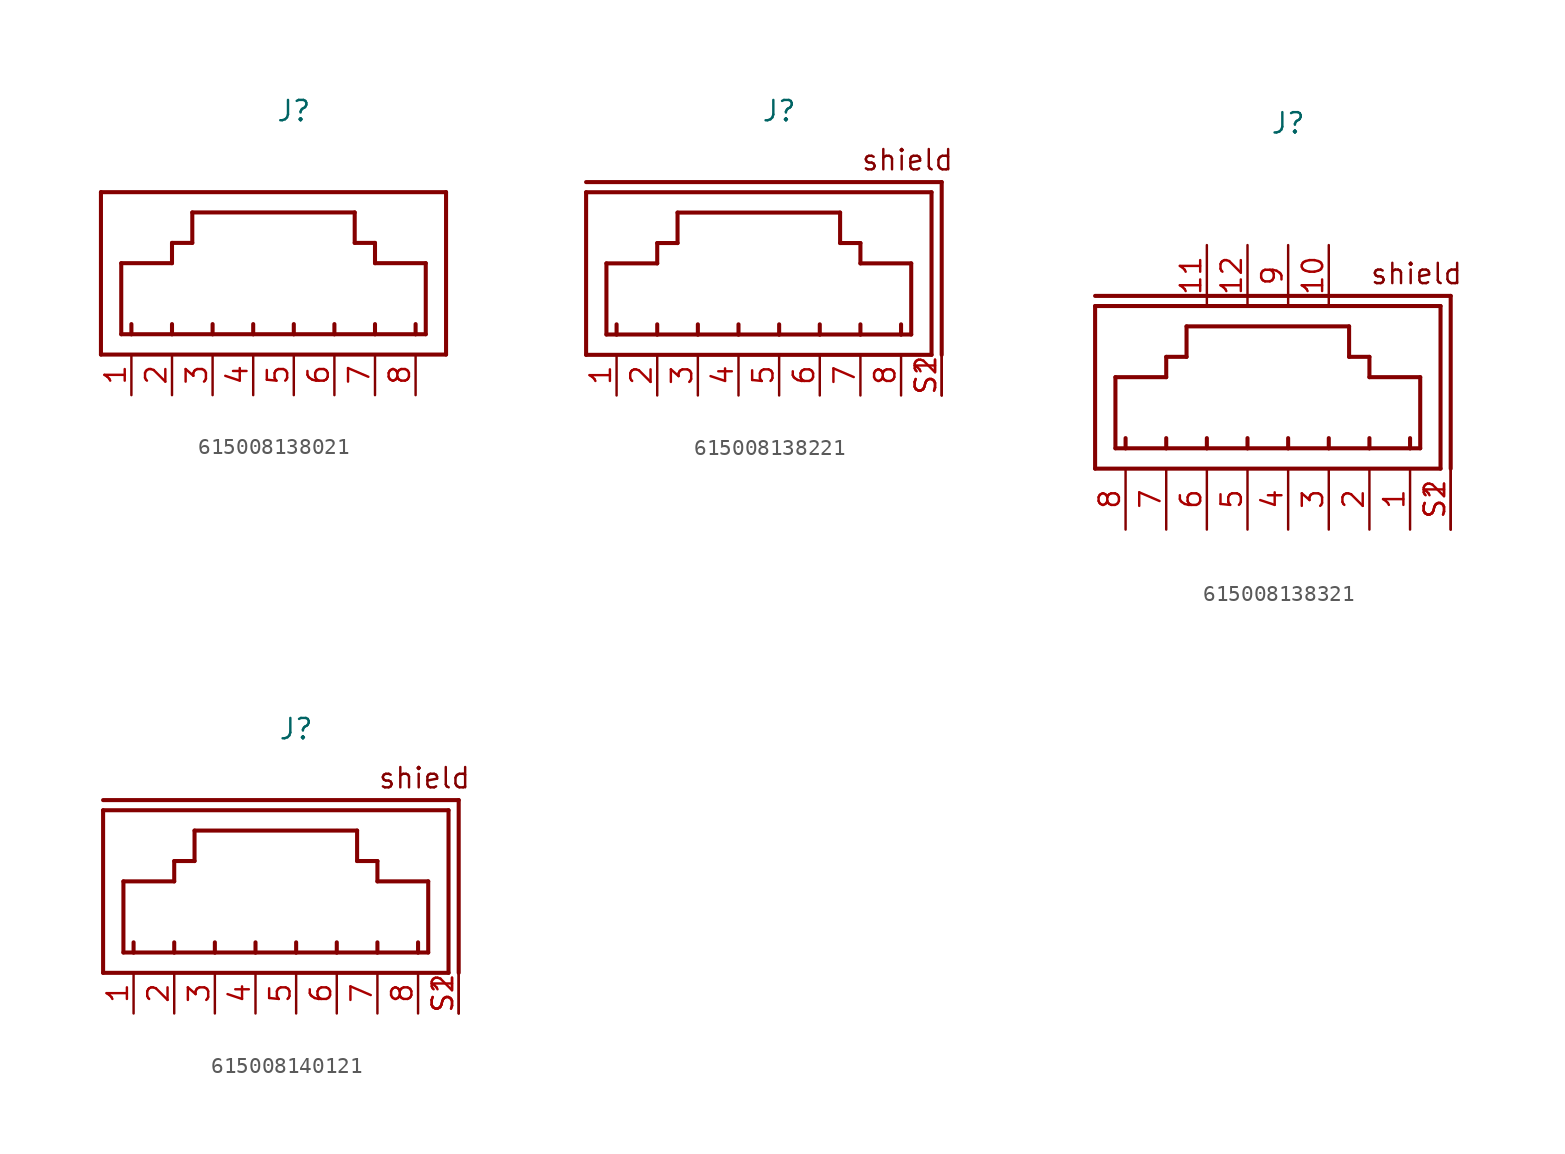
<source format=kicad_sym>
(kicad_symbol_lib
  (version 20241209)
  (generator "kicad_symbol_editor")
  (generator_version "9.0")
  (symbol "615008138021"
    (pin_names
      (hide yes))
    (property "Reference" "J"
      (at 0 10.16 0)
      (effects (font (size 1.27 1.27))))
    (symbol "615008138021_1_0"
      (polyline (pts (xy -12.065 5.08) (xy 9.525 5.08)) (stroke (width 0.254) (type solid)) (fill (type none)))
      (polyline (pts (xy -12.065 -5.08) (xy -12.065 5.08)) (stroke (width 0.254) (type solid)) (fill (type none)))
      (polyline (pts (xy -10.795 0.635) (xy -7.62 0.635)) (stroke (width 0.254) (type solid)) (fill (type none)))
      (polyline (pts (xy -10.795 -3.81) (xy -10.795 0.635)) (stroke (width 0.254) (type solid)) (fill (type none)))
      (polyline (pts (xy -10.16 -3.81) (xy -10.795 -3.81)) (stroke (width 0.254) (type solid)) (fill (type none)))
      (polyline (pts (xy -10.16 -3.81) (xy -10.16 -3.175)) (stroke (width 0.254) (type solid)) (fill (type none)))
      (polyline (pts (xy -7.62 1.905) (xy -6.35 1.905)) (stroke (width 0.254) (type solid)) (fill (type none)))
      (polyline (pts (xy -7.62 0.635) (xy -7.62 1.905)) (stroke (width 0.254) (type solid)) (fill (type none)))
      (polyline (pts (xy -7.62 -3.81) (xy -10.16 -3.81)) (stroke (width 0.254) (type solid)) (fill (type none)))
      (polyline (pts (xy -7.62 -3.81) (xy -7.62 -3.175)) (stroke (width 0.254) (type solid)) (fill (type none)))
      (polyline (pts (xy -6.35 3.81) (xy 3.81 3.81)) (stroke (width 0.254) (type solid)) (fill (type none)))
      (polyline (pts (xy -6.35 1.905) (xy -6.35 3.81)) (stroke (width 0.254) (type solid)) (fill (type none)))
      (polyline (pts (xy -5.08 -3.81) (xy -7.62 -3.81)) (stroke (width 0.254) (type solid)) (fill (type none)))
      (polyline (pts (xy -5.08 -3.81) (xy -5.08 -3.175)) (stroke (width 0.254) (type solid)) (fill (type none)))
      (polyline (pts (xy -2.54 -3.81) (xy -5.08 -3.81)) (stroke (width 0.254) (type solid)) (fill (type none)))
      (polyline (pts (xy -2.54 -3.81) (xy -2.54 -3.175)) (stroke (width 0.254) (type solid)) (fill (type none)))
      (polyline (pts (xy 0 -3.81) (xy -2.54 -3.81)) (stroke (width 0.254) (type solid)) (fill (type none)))
      (polyline (pts (xy 0 -3.81) (xy 0 -3.175)) (stroke (width 0.254) (type solid)) (fill (type none)))
      (polyline (pts (xy 2.54 -3.175) (xy 2.54 -3.81)) (stroke (width 0.254) (type solid)) (fill (type none)))
      (polyline (pts (xy 2.54 -3.81) (xy 0 -3.81)) (stroke (width 0.254) (type solid)) (fill (type none)))
      (polyline (pts (xy 3.81 1.905) (xy 3.81 3.81)) (stroke (width 0.254) (type solid)) (fill (type none)))
      (polyline (pts (xy 5.08 1.905) (xy 3.81 1.905)) (stroke (width 0.254) (type solid)) (fill (type none)))
      (polyline (pts (xy 5.08 0.635) (xy 5.08 1.905)) (stroke (width 0.254) (type solid)) (fill (type none)))
      (polyline (pts (xy 5.08 -3.175) (xy 5.08 -3.81)) (stroke (width 0.254) (type solid)) (fill (type none)))
      (polyline (pts (xy 5.08 -3.81) (xy 2.54 -3.81)) (stroke (width 0.254) (type solid)) (fill (type none)))
      (polyline (pts (xy 7.62 -3.175) (xy 7.62 -3.81)) (stroke (width 0.254) (type solid)) (fill (type none)))
      (polyline (pts (xy 7.62 -3.81) (xy 5.08 -3.81)) (stroke (width 0.254) (type solid)) (fill (type none)))
      (polyline (pts (xy 8.255 0.635) (xy 5.08 0.635)) (stroke (width 0.254) (type solid)) (fill (type none)))
      (polyline (pts (xy 8.255 0.635) (xy 8.255 -3.81)) (stroke (width 0.254) (type solid)) (fill (type none)))
      (polyline (pts (xy 8.255 -3.81) (xy 7.62 -3.81)) (stroke (width 0.254) (type solid)) (fill (type none)))
      (polyline (pts (xy 9.525 5.08) (xy 9.525 -5.08)) (stroke (width 0.254) (type solid)) (fill (type none)))
      (polyline (pts (xy 9.525 -5.08) (xy -12.065 -5.08)) (stroke (width 0.254) (type solid)) (fill (type none)))
      (pin passive line (at -10.16 -7.62 90) (length 2.54) (name "1" (effects (font (size 1.27 1.27)))) (number "1" (effects (font (size 1.27 1.27)))))
      (pin passive line (at -7.62 -7.62 90) (length 2.54) (name "2" (effects (font (size 1.27 1.27)))) (number "2" (effects (font (size 1.27 1.27)))))
      (pin passive line (at -5.08 -7.62 90) (length 2.54) (name "3" (effects (font (size 1.27 1.27)))) (number "3" (effects (font (size 1.27 1.27)))))
      (pin passive line (at -2.54 -7.62 90) (length 2.54) (name "4" (effects (font (size 1.27 1.27)))) (number "4" (effects (font (size 1.27 1.27)))))
      (pin passive line (at 0 -7.62 90) (length 2.54) (name "5" (effects (font (size 1.27 1.27)))) (number "5" (effects (font (size 1.27 1.27)))))
      (pin passive line (at 2.54 -7.62 90) (length 2.54) (name "6" (effects (font (size 1.27 1.27)))) (number "6" (effects (font (size 1.27 1.27)))))
      (pin passive line (at 5.08 -7.62 90) (length 2.54) (name "7" (effects (font (size 1.27 1.27)))) (number "7" (effects (font (size 1.27 1.27)))))
      (pin passive line (at 7.62 -7.62 90) (length 2.54) (name "8" (effects (font (size 1.27 1.27)))) (number "8" (effects (font (size 1.27 1.27)))))))
  (symbol "615008138221"
    (pin_names
      (hide yes))
    (property "Reference" "J"
      (at 0 10.16 0)
      (effects (font (size 1.27 1.27))))
    (symbol "615008138221_1_0"
      (polyline (pts (xy -12.065 5.715) (xy 10.16 5.715)) (stroke (width 0.254) (type solid)) (fill (type none)))
      (polyline (pts (xy -12.065 5.08) (xy 9.525 5.08)) (stroke (width 0.254) (type solid)) (fill (type none)))
      (polyline (pts (xy -12.065 -5.08) (xy -12.065 5.08)) (stroke (width 0.254) (type solid)) (fill (type none)))
      (polyline (pts (xy -10.795 0.635) (xy -7.62 0.635)) (stroke (width 0.254) (type solid)) (fill (type none)))
      (polyline (pts (xy -10.795 -3.81) (xy -10.795 0.635)) (stroke (width 0.254) (type solid)) (fill (type none)))
      (polyline (pts (xy -10.16 -3.81) (xy -10.795 -3.81)) (stroke (width 0.254) (type solid)) (fill (type none)))
      (polyline (pts (xy -10.16 -3.81) (xy -10.16 -3.175)) (stroke (width 0.254) (type solid)) (fill (type none)))
      (polyline (pts (xy -7.62 1.905) (xy -6.35 1.905)) (stroke (width 0.254) (type solid)) (fill (type none)))
      (polyline (pts (xy -7.62 0.635) (xy -7.62 1.905)) (stroke (width 0.254) (type solid)) (fill (type none)))
      (polyline (pts (xy -7.62 -3.81) (xy -10.16 -3.81)) (stroke (width 0.254) (type solid)) (fill (type none)))
      (polyline (pts (xy -7.62 -3.81) (xy -7.62 -3.175)) (stroke (width 0.254) (type solid)) (fill (type none)))
      (polyline (pts (xy -6.35 3.81) (xy 3.81 3.81)) (stroke (width 0.254) (type solid)) (fill (type none)))
      (polyline (pts (xy -6.35 1.905) (xy -6.35 3.81)) (stroke (width 0.254) (type solid)) (fill (type none)))
      (polyline (pts (xy -5.08 -3.81) (xy -7.62 -3.81)) (stroke (width 0.254) (type solid)) (fill (type none)))
      (polyline (pts (xy -5.08 -3.81) (xy -5.08 -3.175)) (stroke (width 0.254) (type solid)) (fill (type none)))
      (polyline (pts (xy -2.54 -3.81) (xy -5.08 -3.81)) (stroke (width 0.254) (type solid)) (fill (type none)))
      (polyline (pts (xy -2.54 -3.81) (xy -2.54 -3.175)) (stroke (width 0.254) (type solid)) (fill (type none)))
      (polyline (pts (xy 0 -3.81) (xy -2.54 -3.81)) (stroke (width 0.254) (type solid)) (fill (type none)))
      (polyline (pts (xy 0 -3.81) (xy 0 -3.175)) (stroke (width 0.254) (type solid)) (fill (type none)))
      (polyline (pts (xy 2.54 -3.81) (xy 0 -3.81)) (stroke (width 0.254) (type solid)) (fill (type none)))
      (polyline (pts (xy 2.54 -3.81) (xy 2.54 -3.175)) (stroke (width 0.254) (type solid)) (fill (type none)))
      (polyline (pts (xy 3.81 1.905) (xy 3.81 3.81)) (stroke (width 0.254) (type solid)) (fill (type none)))
      (polyline (pts (xy 5.08 1.905) (xy 3.81 1.905)) (stroke (width 0.254) (type solid)) (fill (type none)))
      (polyline (pts (xy 5.08 0.635) (xy 5.08 1.905)) (stroke (width 0.254) (type solid)) (fill (type none)))
      (polyline (pts (xy 5.08 -3.81) (xy 2.54 -3.81)) (stroke (width 0.254) (type solid)) (fill (type none)))
      (polyline (pts (xy 5.08 -3.81) (xy 5.08 -3.175)) (stroke (width 0.254) (type solid)) (fill (type none)))
      (polyline (pts (xy 7.62 -3.81) (xy 5.08 -3.81)) (stroke (width 0.254) (type solid)) (fill (type none)))
      (polyline (pts (xy 7.62 -3.81) (xy 7.62 -3.175)) (stroke (width 0.254) (type solid)) (fill (type none)))
      (polyline (pts (xy 8.255 0.635) (xy 5.08 0.635)) (stroke (width 0.254) (type solid)) (fill (type none)))
      (polyline (pts (xy 8.255 0.635) (xy 8.255 -3.81)) (stroke (width 0.254) (type solid)) (fill (type none)))
      (polyline (pts (xy 8.255 -3.81) (xy 7.62 -3.81)) (stroke (width 0.254) (type solid)) (fill (type none)))
      (polyline (pts (xy 9.525 5.08) (xy 9.525 -5.08)) (stroke (width 0.254) (type solid)) (fill (type none)))
      (polyline (pts (xy 9.525 -5.08) (xy -12.065 -5.08)) (stroke (width 0.254) (type solid)) (fill (type none)))
      (polyline (pts (xy 10.16 5.715) (xy 10.16 -5.08)) (stroke (width 0.254) (type solid)) (fill (type none)))
      (pin passive line (at -10.16 -7.62 90) (length 2.54) (name "1" (effects (font (size 1.27 1.27)))) (number "1" (effects (font (size 1.27 1.27)))))
      (pin passive line (at -7.62 -7.62 90) (length 2.54) (name "2" (effects (font (size 1.27 1.27)))) (number "2" (effects (font (size 1.27 1.27)))))
      (pin passive line (at -5.08 -7.62 90) (length 2.54) (name "3" (effects (font (size 1.27 1.27)))) (number "3" (effects (font (size 1.27 1.27)))))
      (pin passive line (at -2.54 -7.62 90) (length 2.54) (name "4" (effects (font (size 1.27 1.27)))) (number "4" (effects (font (size 1.27 1.27)))))
      (pin passive line (at 0 -7.62 90) (length 2.54) (name "5" (effects (font (size 1.27 1.27)))) (number "5" (effects (font (size 1.27 1.27)))))
      (pin passive line (at 2.54 -7.62 90) (length 2.54) (name "6" (effects (font (size 1.27 1.27)))) (number "6" (effects (font (size 1.27 1.27)))))
      (pin passive line (at 5.08 -7.62 90) (length 2.54) (name "7" (effects (font (size 1.27 1.27)))) (number "7" (effects (font (size 1.27 1.27)))))
      (pin passive line (at 7.62 -7.62 90) (length 2.54) (name "8" (effects (font (size 1.27 1.27)))) (number "8" (effects (font (size 1.27 1.27)))))
      (pin passive line (at 10.16 -7.62 90) (length 2.54) (name "SHIELD" (effects (font (size 1.27 1.27)))) (number "S1" (effects (font (size 1.27 1.27)))))
      (pin passive line (at 10.16 -7.62 90) (length 2.54) (name "SHIELD" (effects (font (size 1.27 1.27)))) (number "S2" (effects (font (size 1.27 1.27))))))
    (symbol "615008138221_1_1"
      (text "shield" (at 5.08 6.35 0) (effects (font (size 1.27 1.27)) (justify left bottom)))))
  (symbol "615008138321"
    (pin_names
      (hide yes))
    (property "Reference" "J"
      (at 0 16.51 0)
      (effects (font (size 1.27 1.27))))
    (symbol "615008138321_1_0"
      (polyline (pts (xy -12.065 5.715) (xy 10.16 5.715)) (stroke (width 0.254) (type solid)) (fill (type none)))
      (polyline (pts (xy -12.065 5.08) (xy 9.525 5.08)) (stroke (width 0.254) (type solid)) (fill (type none)))
      (polyline (pts (xy -12.065 -5.08) (xy -12.065 5.08)) (stroke (width 0.254) (type solid)) (fill (type none)))
      (polyline (pts (xy -10.795 0.635) (xy -7.62 0.635)) (stroke (width 0.254) (type solid)) (fill (type none)))
      (polyline (pts (xy -10.795 -3.81) (xy -10.795 0.635)) (stroke (width 0.254) (type solid)) (fill (type none)))
      (polyline (pts (xy -10.16 -3.81) (xy -10.795 -3.81)) (stroke (width 0.254) (type solid)) (fill (type none)))
      (polyline (pts (xy -10.16 -3.81) (xy -10.16 -3.175)) (stroke (width 0.254) (type solid)) (fill (type none)))
      (polyline (pts (xy -7.62 1.905) (xy -6.35 1.905)) (stroke (width 0.254) (type solid)) (fill (type none)))
      (polyline (pts (xy -7.62 0.635) (xy -7.62 1.905)) (stroke (width 0.254) (type solid)) (fill (type none)))
      (polyline (pts (xy -7.62 -3.81) (xy -10.16 -3.81)) (stroke (width 0.254) (type solid)) (fill (type none)))
      (polyline (pts (xy -7.62 -3.81) (xy -7.62 -3.175)) (stroke (width 0.254) (type solid)) (fill (type none)))
      (polyline (pts (xy -6.35 3.81) (xy 3.81 3.81)) (stroke (width 0.254) (type solid)) (fill (type none)))
      (polyline (pts (xy -6.35 1.905) (xy -6.35 3.81)) (stroke (width 0.254) (type solid)) (fill (type none)))
      (polyline (pts (xy -5.08 -3.81) (xy -7.62 -3.81)) (stroke (width 0.254) (type solid)) (fill (type none)))
      (polyline (pts (xy -5.08 -3.81) (xy -5.08 -3.175)) (stroke (width 0.254) (type solid)) (fill (type none)))
      (polyline (pts (xy -2.54 -3.81) (xy -5.08 -3.81)) (stroke (width 0.254) (type solid)) (fill (type none)))
      (polyline (pts (xy -2.54 -3.81) (xy -2.54 -3.175)) (stroke (width 0.254) (type solid)) (fill (type none)))
      (polyline (pts (xy 0 -3.81) (xy -2.54 -3.81)) (stroke (width 0.254) (type solid)) (fill (type none)))
      (polyline (pts (xy 0 -3.81) (xy 0 -3.175)) (stroke (width 0.254) (type solid)) (fill (type none)))
      (polyline (pts (xy 2.54 -3.81) (xy 0 -3.81)) (stroke (width 0.254) (type solid)) (fill (type none)))
      (polyline (pts (xy 2.54 -3.81) (xy 2.54 -3.175)) (stroke (width 0.254) (type solid)) (fill (type none)))
      (polyline (pts (xy 3.81 1.905) (xy 3.81 3.81)) (stroke (width 0.254) (type solid)) (fill (type none)))
      (polyline (pts (xy 5.08 1.905) (xy 3.81 1.905)) (stroke (width 0.254) (type solid)) (fill (type none)))
      (polyline (pts (xy 5.08 0.635) (xy 5.08 1.905)) (stroke (width 0.254) (type solid)) (fill (type none)))
      (polyline (pts (xy 5.08 -3.81) (xy 2.54 -3.81)) (stroke (width 0.254) (type solid)) (fill (type none)))
      (polyline (pts (xy 5.08 -3.81) (xy 5.08 -3.175)) (stroke (width 0.254) (type solid)) (fill (type none)))
      (polyline (pts (xy 7.62 -3.81) (xy 5.08 -3.81)) (stroke (width 0.254) (type solid)) (fill (type none)))
      (polyline (pts (xy 7.62 -3.81) (xy 7.62 -3.175)) (stroke (width 0.254) (type solid)) (fill (type none)))
      (polyline (pts (xy 8.255 0.635) (xy 5.08 0.635)) (stroke (width 0.254) (type solid)) (fill (type none)))
      (polyline (pts (xy 8.255 0.635) (xy 8.255 -3.81)) (stroke (width 0.254) (type solid)) (fill (type none)))
      (polyline (pts (xy 8.255 -3.81) (xy 7.62 -3.81)) (stroke (width 0.254) (type solid)) (fill (type none)))
      (polyline (pts (xy 9.525 5.08) (xy 9.525 -5.08)) (stroke (width 0.254) (type solid)) (fill (type none)))
      (polyline (pts (xy 9.525 -5.08) (xy -12.065 -5.08)) (stroke (width 0.254) (type solid)) (fill (type none)))
      (polyline (pts (xy 10.16 5.715) (xy 10.16 -5.08)) (stroke (width 0.254) (type solid)) (fill (type none)))
      (text "shield" (at 5.08 6.35 0) (effects (font (size 1.27 1.27)) (justify left bottom)))
      (pin passive line (at -10.16 -8.89 90) (length 3.81) (name "8" (effects (font (size 1.27 1.27)))) (number "8" (effects (font (size 1.27 1.27)))))
      (pin passive line (at -7.62 -8.89 90) (length 3.81) (name "7" (effects (font (size 1.27 1.27)))) (number "7" (effects (font (size 1.27 1.27)))))
      (pin passive line (at -5.08 8.89 270) (length 3.81) (name "G+Y-_1" (effects (font (size 1.27 1.27)))) (number "11" (effects (font (size 1.27 1.27)))))
      (pin passive line (at -5.08 -8.89 90) (length 3.81) (name "6" (effects (font (size 1.27 1.27)))) (number "6" (effects (font (size 1.27 1.27)))))
      (pin passive line (at -2.54 8.89 270) (length 3.81) (name "G-Y+_1" (effects (font (size 1.27 1.27)))) (number "12" (effects (font (size 1.27 1.27)))))
      (pin passive line (at -2.54 -8.89 90) (length 3.81) (name "5" (effects (font (size 1.27 1.27)))) (number "5" (effects (font (size 1.27 1.27)))))
      (pin passive line (at 0 8.89 270) (length 3.81) (name "G+Y-_2" (effects (font (size 1.27 1.27)))) (number "9" (effects (font (size 1.27 1.27)))))
      (pin passive line (at 0 -8.89 90) (length 3.81) (name "4" (effects (font (size 1.27 1.27)))) (number "4" (effects (font (size 1.27 1.27)))))
      (pin passive line (at 2.54 8.89 270) (length 3.81) (name "G-Y+_2" (effects (font (size 1.27 1.27)))) (number "10" (effects (font (size 1.27 1.27)))))
      (pin passive line (at 2.54 -8.89 90) (length 3.81) (name "3" (effects (font (size 1.27 1.27)))) (number "3" (effects (font (size 1.27 1.27)))))
      (pin passive line (at 5.08 -8.89 90) (length 3.81) (name "2" (effects (font (size 1.27 1.27)))) (number "2" (effects (font (size 1.27 1.27)))))
      (pin passive line (at 7.62 -8.89 90) (length 3.81) (name "1" (effects (font (size 1.27 1.27)))) (number "1" (effects (font (size 1.27 1.27)))))
      (pin passive line (at 10.16 -8.89 90) (length 3.81) (name "SHIELD" (effects (font (size 1.27 1.27)))) (number "S1" (effects (font (size 1.27 1.27)))))
      (pin passive line (at 10.16 -8.89 90) (length 3.81) (name "SHIELD" (effects (font (size 1.27 1.27)))) (number "S2" (effects (font (size 1.27 1.27)))))))
  (symbol "615008140121"
    (pin_names
      (hide yes))
    (property "Reference" "J"
      (at 0 10.16 0)
      (effects (font (size 1.27 1.27))))
    (symbol "615008140121_1_0"
      (polyline (pts (xy -12.065 5.715) (xy 10.16 5.715)) (stroke (width 0.254) (type solid)) (fill (type none)))
      (polyline (pts (xy -12.065 5.08) (xy 9.525 5.08)) (stroke (width 0.254) (type solid)) (fill (type none)))
      (polyline (pts (xy -12.065 -5.08) (xy -12.065 5.08)) (stroke (width 0.254) (type solid)) (fill (type none)))
      (polyline (pts (xy -10.795 0.635) (xy -7.62 0.635)) (stroke (width 0.254) (type solid)) (fill (type none)))
      (polyline (pts (xy -10.795 -3.81) (xy -10.795 0.635)) (stroke (width 0.254) (type solid)) (fill (type none)))
      (polyline (pts (xy -10.16 -3.81) (xy -10.795 -3.81)) (stroke (width 0.254) (type solid)) (fill (type none)))
      (polyline (pts (xy -10.16 -3.81) (xy -10.16 -3.175)) (stroke (width 0.254) (type solid)) (fill (type none)))
      (polyline (pts (xy -7.62 1.905) (xy -6.35 1.905)) (stroke (width 0.254) (type solid)) (fill (type none)))
      (polyline (pts (xy -7.62 0.635) (xy -7.62 1.905)) (stroke (width 0.254) (type solid)) (fill (type none)))
      (polyline (pts (xy -7.62 -3.81) (xy -10.16 -3.81)) (stroke (width 0.254) (type solid)) (fill (type none)))
      (polyline (pts (xy -7.62 -3.81) (xy -7.62 -3.175)) (stroke (width 0.254) (type solid)) (fill (type none)))
      (polyline (pts (xy -6.35 3.81) (xy 3.81 3.81)) (stroke (width 0.254) (type solid)) (fill (type none)))
      (polyline (pts (xy -6.35 1.905) (xy -6.35 3.81)) (stroke (width 0.254) (type solid)) (fill (type none)))
      (polyline (pts (xy -5.08 -3.81) (xy -7.62 -3.81)) (stroke (width 0.254) (type solid)) (fill (type none)))
      (polyline (pts (xy -5.08 -3.81) (xy -5.08 -3.175)) (stroke (width 0.254) (type solid)) (fill (type none)))
      (polyline (pts (xy -2.54 -3.81) (xy -5.08 -3.81)) (stroke (width 0.254) (type solid)) (fill (type none)))
      (polyline (pts (xy -2.54 -3.81) (xy -2.54 -3.175)) (stroke (width 0.254) (type solid)) (fill (type none)))
      (polyline (pts (xy 0 -3.81) (xy -2.54 -3.81)) (stroke (width 0.254) (type solid)) (fill (type none)))
      (polyline (pts (xy 0 -3.81) (xy 0 -3.175)) (stroke (width 0.254) (type solid)) (fill (type none)))
      (polyline (pts (xy 2.54 -3.81) (xy 0 -3.81)) (stroke (width 0.254) (type solid)) (fill (type none)))
      (polyline (pts (xy 2.54 -3.81) (xy 2.54 -3.175)) (stroke (width 0.254) (type solid)) (fill (type none)))
      (polyline (pts (xy 3.81 1.905) (xy 3.81 3.81)) (stroke (width 0.254) (type solid)) (fill (type none)))
      (polyline (pts (xy 5.08 1.905) (xy 3.81 1.905)) (stroke (width 0.254) (type solid)) (fill (type none)))
      (polyline (pts (xy 5.08 0.635) (xy 5.08 1.905)) (stroke (width 0.254) (type solid)) (fill (type none)))
      (polyline (pts (xy 5.08 -3.81) (xy 2.54 -3.81)) (stroke (width 0.254) (type solid)) (fill (type none)))
      (polyline (pts (xy 5.08 -3.81) (xy 5.08 -3.175)) (stroke (width 0.254) (type solid)) (fill (type none)))
      (polyline (pts (xy 7.62 -3.81) (xy 5.08 -3.81)) (stroke (width 0.254) (type solid)) (fill (type none)))
      (polyline (pts (xy 7.62 -3.81) (xy 7.62 -3.175)) (stroke (width 0.254) (type solid)) (fill (type none)))
      (polyline (pts (xy 8.255 0.635) (xy 5.08 0.635)) (stroke (width 0.254) (type solid)) (fill (type none)))
      (polyline (pts (xy 8.255 0.635) (xy 8.255 -3.81)) (stroke (width 0.254) (type solid)) (fill (type none)))
      (polyline (pts (xy 8.255 -3.81) (xy 7.62 -3.81)) (stroke (width 0.254) (type solid)) (fill (type none)))
      (polyline (pts (xy 9.525 5.08) (xy 9.525 -5.08)) (stroke (width 0.254) (type solid)) (fill (type none)))
      (polyline (pts (xy 9.525 -5.08) (xy -12.065 -5.08)) (stroke (width 0.254) (type solid)) (fill (type none)))
      (polyline (pts (xy 10.16 5.715) (xy 10.16 -5.08)) (stroke (width 0.254) (type solid)) (fill (type none)))
      (pin passive line (at -10.16 -7.62 90) (length 2.54) (name "1" (effects (font (size 1.27 1.27)))) (number "1" (effects (font (size 1.27 1.27)))))
      (pin passive line (at -7.62 -7.62 90) (length 2.54) (name "2" (effects (font (size 1.27 1.27)))) (number "2" (effects (font (size 1.27 1.27)))))
      (pin passive line (at -5.08 -7.62 90) (length 2.54) (name "3" (effects (font (size 1.27 1.27)))) (number "3" (effects (font (size 1.27 1.27)))))
      (pin passive line (at -2.54 -7.62 90) (length 2.54) (name "4" (effects (font (size 1.27 1.27)))) (number "4" (effects (font (size 1.27 1.27)))))
      (pin passive line (at 0 -7.62 90) (length 2.54) (name "5" (effects (font (size 1.27 1.27)))) (number "5" (effects (font (size 1.27 1.27)))))
      (pin passive line (at 2.54 -7.62 90) (length 2.54) (name "6" (effects (font (size 1.27 1.27)))) (number "6" (effects (font (size 1.27 1.27)))))
      (pin passive line (at 5.08 -7.62 90) (length 2.54) (name "7" (effects (font (size 1.27 1.27)))) (number "7" (effects (font (size 1.27 1.27)))))
      (pin passive line (at 7.62 -7.62 90) (length 2.54) (name "8" (effects (font (size 1.27 1.27)))) (number "8" (effects (font (size 1.27 1.27)))))
      (pin passive line (at 10.16 -7.62 90) (length 2.54) (name "SHIELD" (effects (font (size 1.27 1.27)))) (number "S1" (effects (font (size 1.27 1.27)))))
      (pin passive line (at 10.16 -7.62 90) (length 2.54) (name "SHIELD" (effects (font (size 1.27 1.27)))) (number "S2" (effects (font (size 1.27 1.27))))))
    (symbol "615008140121_1_1"
      (text "shield" (at 5.08 6.35 0) (effects (font (size 1.27 1.27)) (justify left bottom))))))
</source>
